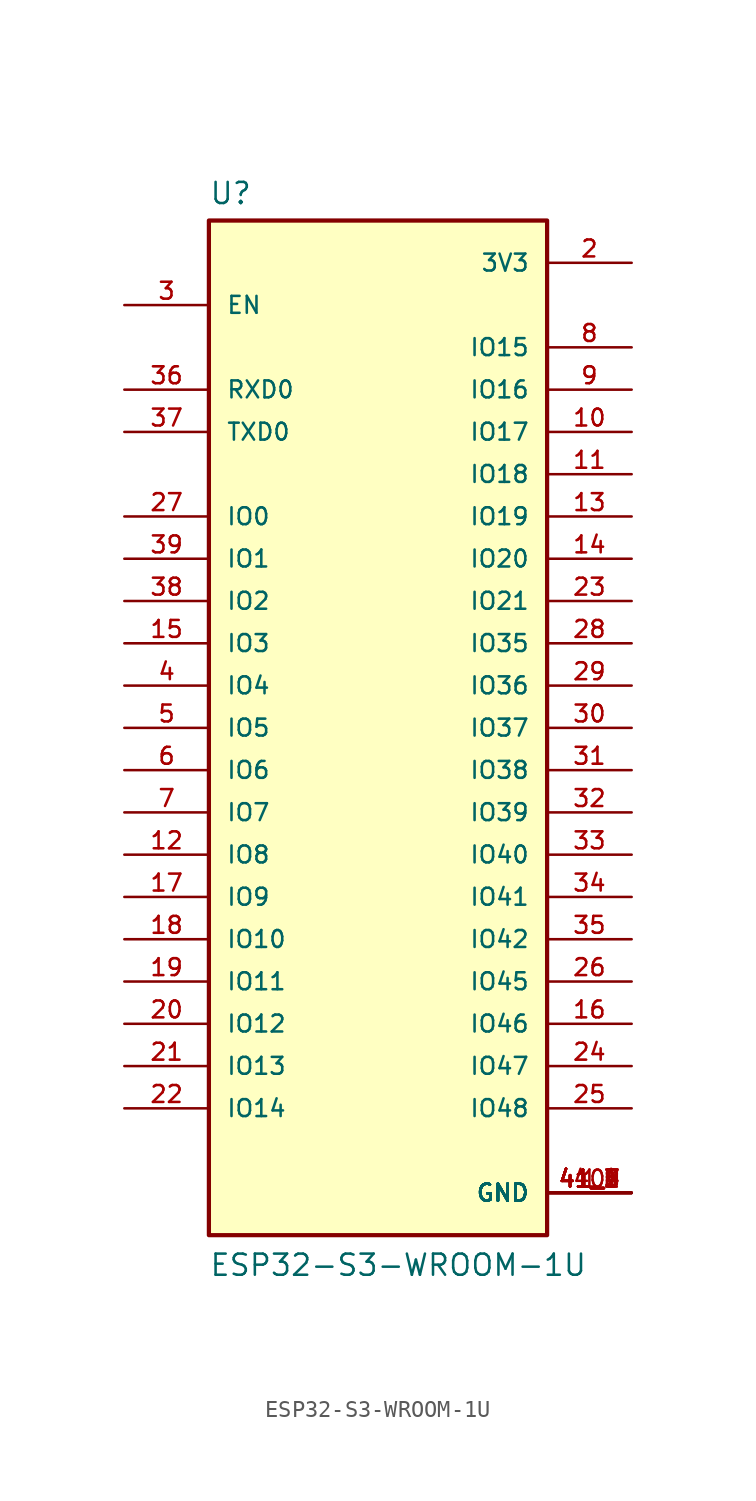
<source format=kicad_sym>
(kicad_symbol_lib
  (version 20211014)
  (generator kicad_symbol_editor)
  (symbol "ESP32-S3-WROOM-1U"
    (pin_names
      (offset 1.016))
    (property "Reference" "U"
      (at -10.16 31.369 0)
      (effects (font (size 1.27 1.27)) (justify bottom left)))
    (property "Value" "ESP32-S3-WROOM-1U"
      (at -10.16 -33.02 0)
      (effects (font (size 1.27 1.27)) (justify bottom left)))
    (symbol "ESP32-S3-WROOM-1U_0_0"
      (rectangle (start -10.16 -30.48) (end 10.16 30.48) (stroke (width 0.254)) (fill (type background)))
      (pin power_in line (at 15.24 -27.94 180.0) (length 5.08) (name "GND" (effects (font (size 1.016 1.016)))) (number "1" (effects (font (size 1.016 1.016)))))
      (pin power_in line (at 15.24 -27.94 180.0) (length 5.08) (name "GND" (effects (font (size 1.016 1.016)))) (number "40" (effects (font (size 1.016 1.016)))))
      (pin power_in line (at 15.24 -27.94 180.0) (length 5.08) (name "GND" (effects (font (size 1.016 1.016)))) (number "41_1" (effects (font (size 1.016 1.016)))))
      (pin power_in line (at 15.24 -27.94 180.0) (length 5.08) (name "GND" (effects (font (size 1.016 1.016)))) (number "41_2" (effects (font (size 1.016 1.016)))))
      (pin power_in line (at 15.24 -27.94 180.0) (length 5.08) (name "GND" (effects (font (size 1.016 1.016)))) (number "41_3" (effects (font (size 1.016 1.016)))))
      (pin power_in line (at 15.24 -27.94 180.0) (length 5.08) (name "GND" (effects (font (size 1.016 1.016)))) (number "41_4" (effects (font (size 1.016 1.016)))))
      (pin power_in line (at 15.24 -27.94 180.0) (length 5.08) (name "GND" (effects (font (size 1.016 1.016)))) (number "41_5" (effects (font (size 1.016 1.016)))))
      (pin power_in line (at 15.24 -27.94 180.0) (length 5.08) (name "GND" (effects (font (size 1.016 1.016)))) (number "41_6" (effects (font (size 1.016 1.016)))))
      (pin power_in line (at 15.24 -27.94 180.0) (length 5.08) (name "GND" (effects (font (size 1.016 1.016)))) (number "41_7" (effects (font (size 1.016 1.016)))))
      (pin power_in line (at 15.24 -27.94 180.0) (length 5.08) (name "GND" (effects (font (size 1.016 1.016)))) (number "41_8" (effects (font (size 1.016 1.016)))))
      (pin power_in line (at 15.24 -27.94 180.0) (length 5.08) (name "GND" (effects (font (size 1.016 1.016)))) (number "41_9" (effects (font (size 1.016 1.016)))))
      (pin power_in line (at 15.24 27.94 180.0) (length 5.08) (name "3V3" (effects (font (size 1.016 1.016)))) (number "2" (effects (font (size 1.016 1.016)))))
      (pin input line (at -15.24 25.4 0) (length 5.08) (name "EN" (effects (font (size 1.016 1.016)))) (number "3" (effects (font (size 1.016 1.016)))))
      (pin bidirectional line (at 15.24 5.08 180.0) (length 5.08) (name "IO35" (effects (font (size 1.016 1.016)))) (number "28" (effects (font (size 1.016 1.016)))))
      (pin bidirectional line (at 15.24 -22.86 180.0) (length 5.08) (name "IO48" (effects (font (size 1.016 1.016)))) (number "25" (effects (font (size 1.016 1.016)))))
      (pin bidirectional line (at 15.24 -10.16 180.0) (length 5.08) (name "IO41" (effects (font (size 1.016 1.016)))) (number "34" (effects (font (size 1.016 1.016)))))
      (pin bidirectional line (at 15.24 -5.08 180.0) (length 5.08) (name "IO39" (effects (font (size 1.016 1.016)))) (number "32" (effects (font (size 1.016 1.016)))))
      (pin bidirectional line (at 15.24 -20.32 180.0) (length 5.08) (name "IO47" (effects (font (size 1.016 1.016)))) (number "24" (effects (font (size 1.016 1.016)))))
      (pin bidirectional line (at 15.24 -7.62 180.0) (length 5.08) (name "IO40" (effects (font (size 1.016 1.016)))) (number "33" (effects (font (size 1.016 1.016)))))
      (pin bidirectional line (at -15.24 -22.86 0) (length 5.08) (name "IO14" (effects (font (size 1.016 1.016)))) (number "22" (effects (font (size 1.016 1.016)))))
      (pin bidirectional line (at -15.24 -17.78 0) (length 5.08) (name "IO12" (effects (font (size 1.016 1.016)))) (number "20" (effects (font (size 1.016 1.016)))))
      (pin bidirectional line (at -15.24 -20.32 0) (length 5.08) (name "IO13" (effects (font (size 1.016 1.016)))) (number "21" (effects (font (size 1.016 1.016)))))
      (pin bidirectional line (at 15.24 22.86 180.0) (length 5.08) (name "IO15" (effects (font (size 1.016 1.016)))) (number "8" (effects (font (size 1.016 1.016)))))
      (pin bidirectional line (at -15.24 7.62 0) (length 5.08) (name "IO2" (effects (font (size 1.016 1.016)))) (number "38" (effects (font (size 1.016 1.016)))))
      (pin bidirectional line (at -15.24 12.7 0) (length 5.08) (name "IO0" (effects (font (size 1.016 1.016)))) (number "27" (effects (font (size 1.016 1.016)))))
      (pin bidirectional line (at -15.24 2.54 0) (length 5.08) (name "IO4" (effects (font (size 1.016 1.016)))) (number "4" (effects (font (size 1.016 1.016)))))
      (pin bidirectional line (at 15.24 20.32 180.0) (length 5.08) (name "IO16" (effects (font (size 1.016 1.016)))) (number "9" (effects (font (size 1.016 1.016)))))
      (pin bidirectional line (at 15.24 17.78 180.0) (length 5.08) (name "IO17" (effects (font (size 1.016 1.016)))) (number "10" (effects (font (size 1.016 1.016)))))
      (pin bidirectional line (at -15.24 0.0 0) (length 5.08) (name "IO5" (effects (font (size 1.016 1.016)))) (number "5" (effects (font (size 1.016 1.016)))))
      (pin bidirectional line (at 15.24 15.24 180.0) (length 5.08) (name "IO18" (effects (font (size 1.016 1.016)))) (number "11" (effects (font (size 1.016 1.016)))))
      (pin bidirectional line (at 15.24 12.7 180.0) (length 5.08) (name "IO19" (effects (font (size 1.016 1.016)))) (number "13" (effects (font (size 1.016 1.016)))))
      (pin bidirectional line (at 15.24 7.62 180.0) (length 5.08) (name "IO21" (effects (font (size 1.016 1.016)))) (number "23" (effects (font (size 1.016 1.016)))))
      (pin bidirectional line (at 15.24 0.0 180.0) (length 5.08) (name "IO37" (effects (font (size 1.016 1.016)))) (number "30" (effects (font (size 1.016 1.016)))))
      (pin bidirectional line (at 15.24 -2.54 180.0) (length 5.08) (name "IO38" (effects (font (size 1.016 1.016)))) (number "31" (effects (font (size 1.016 1.016)))))
      (pin bidirectional line (at -15.24 10.16 0) (length 5.08) (name "IO1" (effects (font (size 1.016 1.016)))) (number "39" (effects (font (size 1.016 1.016)))))
      (pin bidirectional line (at -15.24 5.08 0) (length 5.08) (name "IO3" (effects (font (size 1.016 1.016)))) (number "15" (effects (font (size 1.016 1.016)))))
      (pin bidirectional line (at -15.24 -2.54 0) (length 5.08) (name "IO6" (effects (font (size 1.016 1.016)))) (number "6" (effects (font (size 1.016 1.016)))))
      (pin bidirectional line (at -15.24 -5.08 0) (length 5.08) (name "IO7" (effects (font (size 1.016 1.016)))) (number "7" (effects (font (size 1.016 1.016)))))
      (pin bidirectional line (at -15.24 -7.62 0) (length 5.08) (name "IO8" (effects (font (size 1.016 1.016)))) (number "12" (effects (font (size 1.016 1.016)))))
      (pin bidirectional line (at -15.24 -10.16 0) (length 5.08) (name "IO9" (effects (font (size 1.016 1.016)))) (number "17" (effects (font (size 1.016 1.016)))))
      (pin bidirectional line (at -15.24 -12.7 0) (length 5.08) (name "IO10" (effects (font (size 1.016 1.016)))) (number "18" (effects (font (size 1.016 1.016)))))
      (pin bidirectional line (at -15.24 -15.24 0) (length 5.08) (name "IO11" (effects (font (size 1.016 1.016)))) (number "19" (effects (font (size 1.016 1.016)))))
      (pin bidirectional line (at 15.24 2.54 180.0) (length 5.08) (name "IO36" (effects (font (size 1.016 1.016)))) (number "29" (effects (font (size 1.016 1.016)))))
      (pin bidirectional line (at 15.24 -12.7 180.0) (length 5.08) (name "IO42" (effects (font (size 1.016 1.016)))) (number "35" (effects (font (size 1.016 1.016)))))
      (pin bidirectional line (at 15.24 10.16 180.0) (length 5.08) (name "IO20" (effects (font (size 1.016 1.016)))) (number "14" (effects (font (size 1.016 1.016)))))
      (pin bidirectional line (at -15.24 17.78 0) (length 5.08) (name "TXD0" (effects (font (size 1.016 1.016)))) (number "37" (effects (font (size 1.016 1.016)))))
      (pin bidirectional line (at -15.24 20.32 0) (length 5.08) (name "RXD0" (effects (font (size 1.016 1.016)))) (number "36" (effects (font (size 1.016 1.016)))))
      (pin bidirectional line (at 15.24 -15.24 180.0) (length 5.08) (name "IO45" (effects (font (size 1.016 1.016)))) (number "26" (effects (font (size 1.016 1.016)))))
      (pin bidirectional line (at 15.24 -17.78 180.0) (length 5.08) (name "IO46" (effects (font (size 1.016 1.016)))) (number "16" (effects (font (size 1.016 1.016))))))))
</source>
